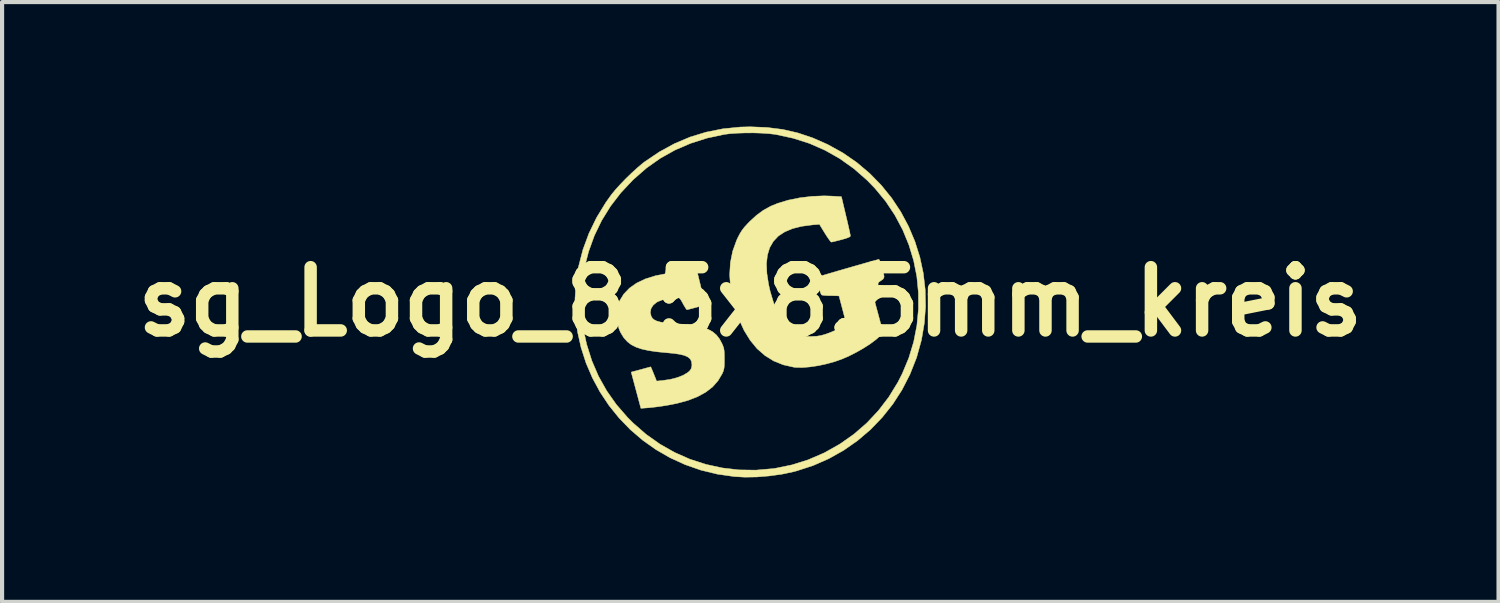
<source format=kicad_pcb>
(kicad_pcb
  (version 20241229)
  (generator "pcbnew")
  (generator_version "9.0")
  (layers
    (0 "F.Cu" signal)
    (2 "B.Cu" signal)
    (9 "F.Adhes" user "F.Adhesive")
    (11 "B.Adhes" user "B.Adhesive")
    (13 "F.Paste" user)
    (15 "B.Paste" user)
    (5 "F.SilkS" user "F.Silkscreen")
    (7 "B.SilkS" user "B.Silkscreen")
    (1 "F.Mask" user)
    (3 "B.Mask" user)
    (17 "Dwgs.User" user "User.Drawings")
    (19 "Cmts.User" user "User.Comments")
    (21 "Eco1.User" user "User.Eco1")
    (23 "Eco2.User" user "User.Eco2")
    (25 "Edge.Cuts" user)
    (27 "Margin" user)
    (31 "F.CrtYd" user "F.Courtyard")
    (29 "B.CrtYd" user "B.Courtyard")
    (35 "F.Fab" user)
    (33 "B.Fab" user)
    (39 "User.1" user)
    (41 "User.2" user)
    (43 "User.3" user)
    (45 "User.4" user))
  (footprint "sg_Logo_8.5x8.5mm_kreis"
    (layer "F.Cu")
    (at 15.03 4.223)
    (property "Reference" "sg_Logo_8.5x8.5mm_kreis" (at 0 0 0) (layer "F.SilkS") (effects (font (size 1.524 1.524) (thickness 0.3))))
    (attr through_hole)
    (fp_poly (pts (xy -1.192 -0.36) (xy -1.163 -0.239) (xy -1.138 -0.13) (xy -1.118 -0.042) (xy -1.106 0.019) (xy -1.102 0.045) (xy -1.113 0.064) (xy -1.151 0.085) (xy -1.221 0.11) (xy -1.309 0.135) (xy -1.397 0.158) (xy -1.47 0.177) (xy -1.517 0.188) (xy -1.53 0.191) (xy -1.545 0.173) (xy -1.575 0.127) (xy -1.613 0.062) (xy -1.623 0.042) (xy -1.664 -0.031) (xy -1.694 -0.075) (xy -1.721 -0.097) (xy -1.753 -0.105) (xy -1.789 -0.105) (xy -1.894 -0.097) (xy -2.014 -0.075) (xy -2.13 -0.043) (xy -2.227 -0.005) (xy -2.254 0.009) (xy -2.34 0.079) (xy -2.393 0.164) (xy -2.41 0.257) (xy -2.389 0.348) (xy -2.36 0.395) (xy -2.318 0.432) (xy -2.257 0.462) (xy -2.173 0.486) (xy -2.061 0.504) (xy -1.916 0.519) (xy -1.756 0.53) (xy -1.519 0.549) (xy -1.32 0.576) (xy -1.154 0.612) (xy -1.018 0.661) (xy -0.906 0.723) (xy -0.816 0.8) (xy -0.743 0.894) (xy -0.686 1) (xy -0.659 1.062) (xy -0.641 1.116) (xy -0.631 1.174) (xy -0.626 1.248) (xy -0.625 1.349) (xy -0.625 1.376) (xy -0.625 1.486) (xy -0.629 1.564) (xy -0.638 1.624) (xy -0.653 1.675) (xy -0.677 1.73) (xy -0.68 1.736) (xy -0.779 1.902) (xy -0.909 2.049) (xy -1.072 2.176) (xy -1.269 2.284) (xy -1.501 2.375) (xy -1.77 2.448) (xy -2.012 2.495) (xy -2.135 2.514) (xy -2.264 2.532) (xy -2.381 2.545) (xy -2.456 2.553) (xy -2.637 2.566) (xy -2.871 1.693) (xy -2.785 1.67) (xy -2.719 1.653) (xy -2.632 1.629) (xy -2.551 1.607) (xy -2.479 1.587) (xy -2.425 1.573) (xy -2.4 1.566) (xy -2.4 1.566) (xy -2.391 1.585) (xy -2.37 1.633) (xy -2.341 1.703) (xy -2.327 1.738) (xy -2.258 1.91) (xy -2.119 1.896) (xy -1.932 1.869) (xy -1.764 1.826) (xy -1.621 1.771) (xy -1.51 1.705) (xy -1.46 1.662) (xy -1.422 1.604) (xy -1.408 1.531) (xy -1.408 1.513) (xy -1.417 1.44) (xy -1.446 1.38) (xy -1.5 1.332) (xy -1.581 1.294) (xy -1.694 1.265) (xy -1.842 1.243) (xy -2.009 1.227) (xy -2.247 1.204) (xy -2.448 1.175) (xy -2.616 1.138) (xy -2.755 1.091) (xy -2.869 1.033) (xy -2.962 0.961) (xy -3.04 0.876) (xy -3.064 0.842) (xy -3.129 0.735) (xy -3.172 0.63) (xy -3.196 0.513) (xy -3.206 0.373) (xy -3.207 0.318) (xy -3.206 0.211) (xy -3.2 0.135) (xy -3.189 0.076) (xy -3.17 0.021) (xy -3.152 -0.021) (xy -3.049 -0.188) (xy -2.911 -0.332) (xy -2.737 -0.454) (xy -2.527 -0.553) (xy -2.281 -0.63) (xy -1.999 -0.685) (xy -1.681 -0.717) (xy -1.504 -0.724) (xy -1.282 -0.73) (xy -1.192 -0.36)) (stroke (width 0.01) (type solid)) (fill yes) (layer "F.SilkS"))
    (fp_poly (pts (xy 0.401 -4.202) (xy 0.781 -4.154) (xy 1.147 -4.07) (xy 1.505 -3.95) (xy 1.861 -3.793) (xy 2.227 -3.591) (xy 2.565 -3.358) (xy 2.875 -3.096) (xy 3.156 -2.809) (xy 3.407 -2.499) (xy 3.626 -2.168) (xy 3.812 -1.819) (xy 3.966 -1.454) (xy 4.085 -1.077) (xy 4.168 -0.689) (xy 4.214 -0.293) (xy 4.223 0.109) (xy 4.193 0.513) (xy 4.124 0.918) (xy 4.013 1.32) (xy 3.999 1.362) (xy 3.845 1.751) (xy 3.656 2.119) (xy 3.433 2.465) (xy 3.178 2.785) (xy 2.895 3.079) (xy 2.584 3.344) (xy 2.249 3.578) (xy 1.891 3.779) (xy 1.513 3.945) (xy 1.116 4.074) (xy 1.037 4.095) (xy 0.758 4.154) (xy 0.461 4.195) (xy 0.16 4.22) (xy -0.131 4.225) (xy -0.381 4.211) (xy -0.795 4.152) (xy -1.193 4.055) (xy -1.574 3.922) (xy -1.936 3.756) (xy -2.277 3.559) (xy -2.596 3.333) (xy -2.892 3.079) (xy -3.162 2.8) (xy -3.405 2.499) (xy -3.62 2.176) (xy -3.804 1.835) (xy -3.958 1.477) (xy -4.078 1.105) (xy -4.164 0.721) (xy -4.213 0.326) (xy -4.22 0.074) (xy -4.072 0.074) (xy -4.067 0.265) (xy -4.055 0.439) (xy -4.039 0.584) (xy -4.035 0.603) (xy -3.944 1.023) (xy -3.819 1.419) (xy -3.658 1.793) (xy -3.461 2.144) (xy -3.228 2.475) (xy -2.957 2.787) (xy -2.823 2.921) (xy -2.511 3.193) (xy -2.177 3.429) (xy -1.824 3.629) (xy -1.455 3.792) (xy -1.072 3.916) (xy -0.677 4.002) (xy -0.275 4.049) (xy 0.134 4.055) (xy 0.546 4.019) (xy 0.603 4.011) (xy 1.001 3.929) (xy 1.391 3.807) (xy 1.769 3.644) (xy 1.799 3.629) (xy 2.162 3.424) (xy 2.5 3.186) (xy 2.809 2.917) (xy 3.089 2.618) (xy 3.338 2.292) (xy 3.555 1.938) (xy 3.661 1.73) (xy 3.819 1.351) (xy 3.936 0.964) (xy 4.013 0.572) (xy 4.051 0.177) (xy 4.05 -0.217) (xy 4.012 -0.609) (xy 3.935 -0.994) (xy 3.821 -1.371) (xy 3.671 -1.736) (xy 3.484 -2.087) (xy 3.262 -2.421) (xy 3.004 -2.734) (xy 2.812 -2.932) (xy 2.494 -3.21) (xy 2.157 -3.45) (xy 1.801 -3.652) (xy 1.427 -3.816) (xy 1.033 -3.942) (xy 0.621 -4.031) (xy 0.593 -4.036) (xy 0.444 -4.053) (xy 0.268 -4.065) (xy 0.074 -4.071) (xy -0.124 -4.07) (xy -0.315 -4.064) (xy -0.487 -4.052) (xy -0.624 -4.035) (xy -1.043 -3.945) (xy -1.439 -3.819) (xy -1.813 -3.658) (xy -2.166 -3.461) (xy -2.498 -3.227) (xy -2.81 -2.955) (xy -2.833 -2.933) (xy -3.121 -2.627) (xy -3.37 -2.303) (xy -3.582 -1.96) (xy -3.758 -1.596) (xy -3.897 -1.211) (xy -4.002 -0.803) (xy -4.035 -0.624) (xy -4.053 -0.483) (xy -4.065 -0.311) (xy -4.071 -0.122) (xy -4.072 0.074) (xy -4.22 0.074) (xy -4.225 -0.077) (xy -4.197 -0.486) (xy -4.138 -0.854) (xy -4.034 -1.257) (xy -3.889 -1.65) (xy -3.705 -2.029) (xy -3.483 -2.393) (xy -3.348 -2.582) (xy -3.255 -2.696) (xy -3.137 -2.826) (xy -3.004 -2.964) (xy -2.864 -3.1) (xy -2.727 -3.225) (xy -2.602 -3.331) (xy -2.551 -3.371) (xy -2.194 -3.612) (xy -1.828 -3.812) (xy -1.452 -3.971) (xy -1.063 -4.09) (xy -0.66 -4.17) (xy -0.241 -4.212) (xy 0 -4.218) (xy 0.401 -4.202)) (stroke (width 0.01) (type solid)) (fill yes) (layer "F.SilkS"))
    (fp_poly (pts (xy 1.96 -2.548) (xy 2.195 -2.534) (xy 2.304 -2.074) (xy 2.336 -1.94) (xy 2.364 -1.818) (xy 2.387 -1.715) (xy 2.403 -1.638) (xy 2.412 -1.593) (xy 2.413 -1.585) (xy 2.392 -1.564) (xy 2.33 -1.538) (xy 2.226 -1.506) (xy 2.193 -1.497) (xy 2.101 -1.474) (xy 2.023 -1.454) (xy 1.969 -1.442) (xy 1.95 -1.439) (xy 1.931 -1.456) (xy 1.896 -1.503) (xy 1.849 -1.571) (xy 1.796 -1.654) (xy 1.665 -1.868) (xy 1.494 -1.854) (xy 1.237 -1.82) (xy 1.014 -1.764) (xy 0.827 -1.685) (xy 0.673 -1.583) (xy 0.553 -1.455) (xy 0.466 -1.303) (xy 0.412 -1.125) (xy 0.389 -0.919) (xy 0.399 -0.687) (xy 0.439 -0.426) (xy 0.477 -0.257) (xy 0.557 0.011) (xy 0.651 0.24) (xy 0.76 0.432) (xy 0.885 0.586) (xy 1.026 0.705) (xy 1.137 0.768) (xy 1.212 0.802) (xy 1.274 0.822) (xy 1.338 0.832) (xy 1.421 0.834) (xy 1.471 0.834) (xy 1.594 0.829) (xy 1.698 0.813) (xy 1.807 0.782) (xy 1.831 0.774) (xy 1.931 0.737) (xy 2.033 0.693) (xy 2.129 0.647) (xy 2.211 0.604) (xy 2.271 0.566) (xy 2.3 0.539) (xy 2.3 0.537) (xy 2.299 0.508) (xy 2.287 0.447) (xy 2.268 0.359) (xy 2.241 0.254) (xy 2.224 0.189) (xy 2.195 0.079) (xy 2.17 -0.016) (xy 2.151 -0.088) (xy 2.14 -0.131) (xy 2.138 -0.14) (xy 2.118 -0.143) (xy 2.066 -0.146) (xy 1.989 -0.148) (xy 1.942 -0.148) (xy 1.853 -0.15) (xy 1.779 -0.155) (xy 1.73 -0.162) (xy 1.719 -0.166) (xy 1.702 -0.193) (xy 1.68 -0.249) (xy 1.655 -0.323) (xy 1.632 -0.404) (xy 1.613 -0.482) (xy 1.601 -0.547) (xy 1.599 -0.586) (xy 1.602 -0.592) (xy 1.624 -0.6) (xy 1.682 -0.618) (xy 1.769 -0.644) (xy 1.88 -0.677) (xy 2.01 -0.715) (xy 2.152 -0.757) (xy 2.302 -0.8) (xy 2.454 -0.844) (xy 2.602 -0.886) (xy 2.741 -0.926) (xy 2.864 -0.961) (xy 2.967 -0.989) (xy 3.045 -1.01) (xy 3.09 -1.022) (xy 3.098 -1.024) (xy 3.111 -1.006) (xy 3.132 -0.957) (xy 3.155 -0.885) (xy 3.163 -0.857) (xy 3.195 -0.746) (xy 3.215 -0.667) (xy 3.223 -0.613) (xy 3.217 -0.576) (xy 3.195 -0.545) (xy 3.154 -0.515) (xy 3.094 -0.475) (xy 3.08 -0.466) (xy 3.01 -0.415) (xy 2.955 -0.369) (xy 2.925 -0.336) (xy 2.921 -0.326) (xy 2.926 -0.297) (xy 2.941 -0.234) (xy 2.964 -0.141) (xy 2.994 -0.025) (xy 3.029 0.108) (xy 3.061 0.226) (xy 3.2 0.745) (xy 3.132 0.816) (xy 3.027 0.91) (xy 2.89 1.012) (xy 2.73 1.115) (xy 2.555 1.215) (xy 2.376 1.306) (xy 2.212 1.377) (xy 2.03 1.442) (xy 1.833 1.496) (xy 1.633 1.539) (xy 1.438 1.568) (xy 1.258 1.583) (xy 1.102 1.581) (xy 1.048 1.575) (xy 0.795 1.518) (xy 0.563 1.425) (xy 0.353 1.295) (xy 0.163 1.129) (xy -0.005 0.925) (xy -0.152 0.686) (xy -0.278 0.409) (xy -0.316 0.307) (xy -0.416 -0.024) (xy -0.477 -0.344) (xy -0.498 -0.651) (xy -0.481 -0.944) (xy -0.425 -1.222) (xy -0.33 -1.485) (xy -0.302 -1.545) (xy -0.251 -1.643) (xy -0.201 -1.723) (xy -0.143 -1.799) (xy -0.067 -1.882) (xy -0.012 -1.939) (xy 0.152 -2.089) (xy 0.315 -2.208) (xy 0.49 -2.304) (xy 0.657 -2.373) (xy 0.912 -2.45) (xy 1.192 -2.507) (xy 1.485 -2.542) (xy 1.78 -2.554) (xy 1.96 -2.548)) (stroke (width 0.01) (type solid)) (fill yes) (layer "F.SilkS")))
  (gr_rect
    (start -3 -3)
    (end 33.059 11.453)
    (stroke (width 0.1) (type default))
    (fill no)
    (layer "Edge.Cuts")))
</source>
